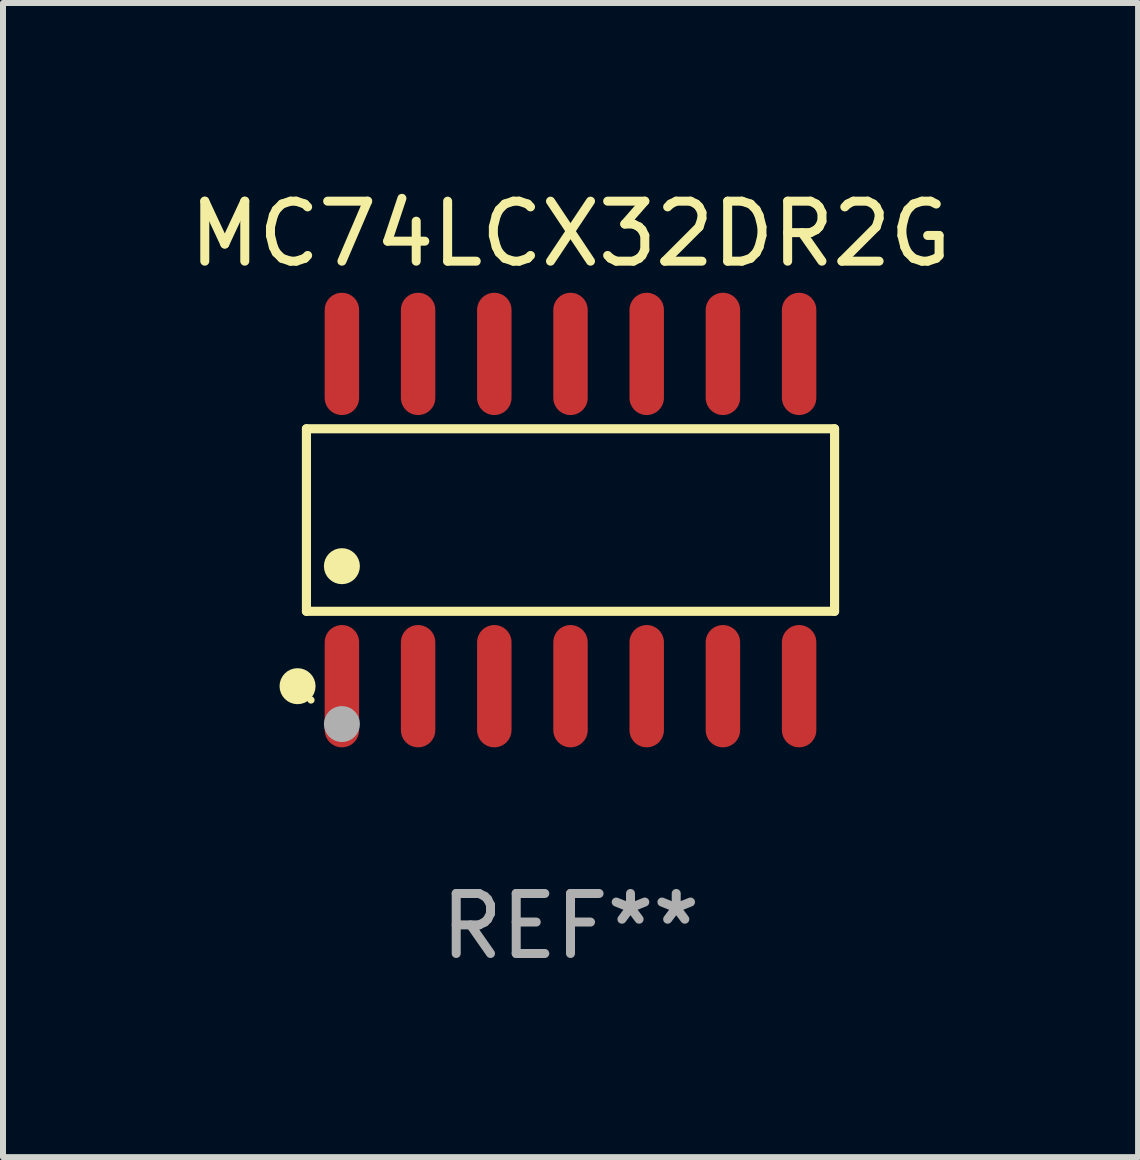
<source format=kicad_pcb>
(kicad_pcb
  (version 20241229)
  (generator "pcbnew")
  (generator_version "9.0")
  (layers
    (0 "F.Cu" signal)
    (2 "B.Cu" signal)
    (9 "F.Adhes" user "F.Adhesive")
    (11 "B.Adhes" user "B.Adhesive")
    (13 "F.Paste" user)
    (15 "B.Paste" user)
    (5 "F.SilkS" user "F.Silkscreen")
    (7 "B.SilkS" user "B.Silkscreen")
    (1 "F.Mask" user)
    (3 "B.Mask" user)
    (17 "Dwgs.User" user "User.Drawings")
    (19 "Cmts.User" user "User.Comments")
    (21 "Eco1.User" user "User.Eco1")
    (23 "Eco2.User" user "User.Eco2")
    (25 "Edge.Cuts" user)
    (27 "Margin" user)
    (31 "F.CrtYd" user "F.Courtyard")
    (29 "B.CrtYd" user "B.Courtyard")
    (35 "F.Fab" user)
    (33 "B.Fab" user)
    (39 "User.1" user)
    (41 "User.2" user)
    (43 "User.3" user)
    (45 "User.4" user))
  (footprint "MC74LCX32DR2G"
    (layer "F.Cu")
    (at 6.458 5.617)
    (property "Reference" "MC74LCX32DR2G" (at 0 -4.769 0) (layer "F.SilkS") (effects (font (size 1 1) (thickness 0.15))))
    (attr through_hole)
    (fp_line (start -4.401 -1.521) (end 4.401 -1.521) (stroke (width 0.152) (type solid)) (layer "F.SilkS"))
    (fp_line (start -4.401 1.521) (end -4.401 -1.521) (stroke (width 0.152) (type solid)) (layer "F.SilkS"))
    (fp_line (start 4.401 -1.521) (end 4.401 1.521) (stroke (width 0.152) (type solid)) (layer "F.SilkS"))
    (fp_line (start 4.401 1.521) (end -4.401 1.521) (stroke (width 0.152) (type solid)) (layer "F.SilkS"))
    (fp_circle (center -4.549 2.769) (end -4.399 2.769) (stroke (width 0.3) (type solid)) (fill no) (layer "F.SilkS"))
    (fp_circle (center -4.325 3) (end -4.295 3) (stroke (width 0.06) (type solid)) (fill no) (layer "F.SilkS"))
    (fp_circle (center -3.81 0.769) (end -3.66 0.769) (stroke (width 0.3) (type solid)) (fill no) (layer "F.SilkS"))
    (fp_circle (center -3.81 3.4) (end -3.66 3.4) (stroke (width 0.3) (type solid)) (fill no) (layer "F.Fab"))
    (fp_text user "REF**" (at 0 6.769 0) (layer "F.Fab") (effects (font (size 1 1) (thickness 0.15))))
    (pad "1" smd oval (at -3.81 2.769) (size 0.574 2.038) (layers "F.Cu" "F.Mask" "F.Paste"))
    (pad "2" smd oval (at -2.54 2.769) (size 0.574 2.038) (layers "F.Cu" "F.Mask" "F.Paste"))
    (pad "3" smd oval (at -1.27 2.769) (size 0.574 2.038) (layers "F.Cu" "F.Mask" "F.Paste"))
    (pad "4" smd oval (at 0 2.769) (size 0.574 2.038) (layers "F.Cu" "F.Mask" "F.Paste"))
    (pad "5" smd oval (at 1.27 2.769) (size 0.574 2.038) (layers "F.Cu" "F.Mask" "F.Paste"))
    (pad "6" smd oval (at 2.54 2.769) (size 0.574 2.038) (layers "F.Cu" "F.Mask" "F.Paste"))
    (pad "7" smd oval (at 3.81 2.769) (size 0.574 2.038) (layers "F.Cu" "F.Mask" "F.Paste"))
    (pad "8" smd oval (at 3.81 -2.769) (size 0.574 2.038) (layers "F.Cu" "F.Mask" "F.Paste"))
    (pad "9" smd oval (at 2.54 -2.769) (size 0.574 2.038) (layers "F.Cu" "F.Mask" "F.Paste"))
    (pad "10" smd oval (at 1.27 -2.769) (size 0.574 2.038) (layers "F.Cu" "F.Mask" "F.Paste"))
    (pad "11" smd oval (at 0 -2.769) (size 0.574 2.038) (layers "F.Cu" "F.Mask" "F.Paste"))
    (pad "12" smd oval (at -1.27 -2.769) (size 0.574 2.038) (layers "F.Cu" "F.Mask" "F.Paste"))
    (pad "13" smd oval (at -2.54 -2.769) (size 0.574 2.038) (layers "F.Cu" "F.Mask" "F.Paste"))
    (pad "14" smd oval (at -3.81 -2.769) (size 0.574 2.038) (layers "F.Cu" "F.Mask" "F.Paste")))
  (gr_rect
    (start -3 -3)
    (end 15.917 16.235)
    (stroke (width 0.1) (type default))
    (fill no)
    (layer "Edge.Cuts")))
</source>
